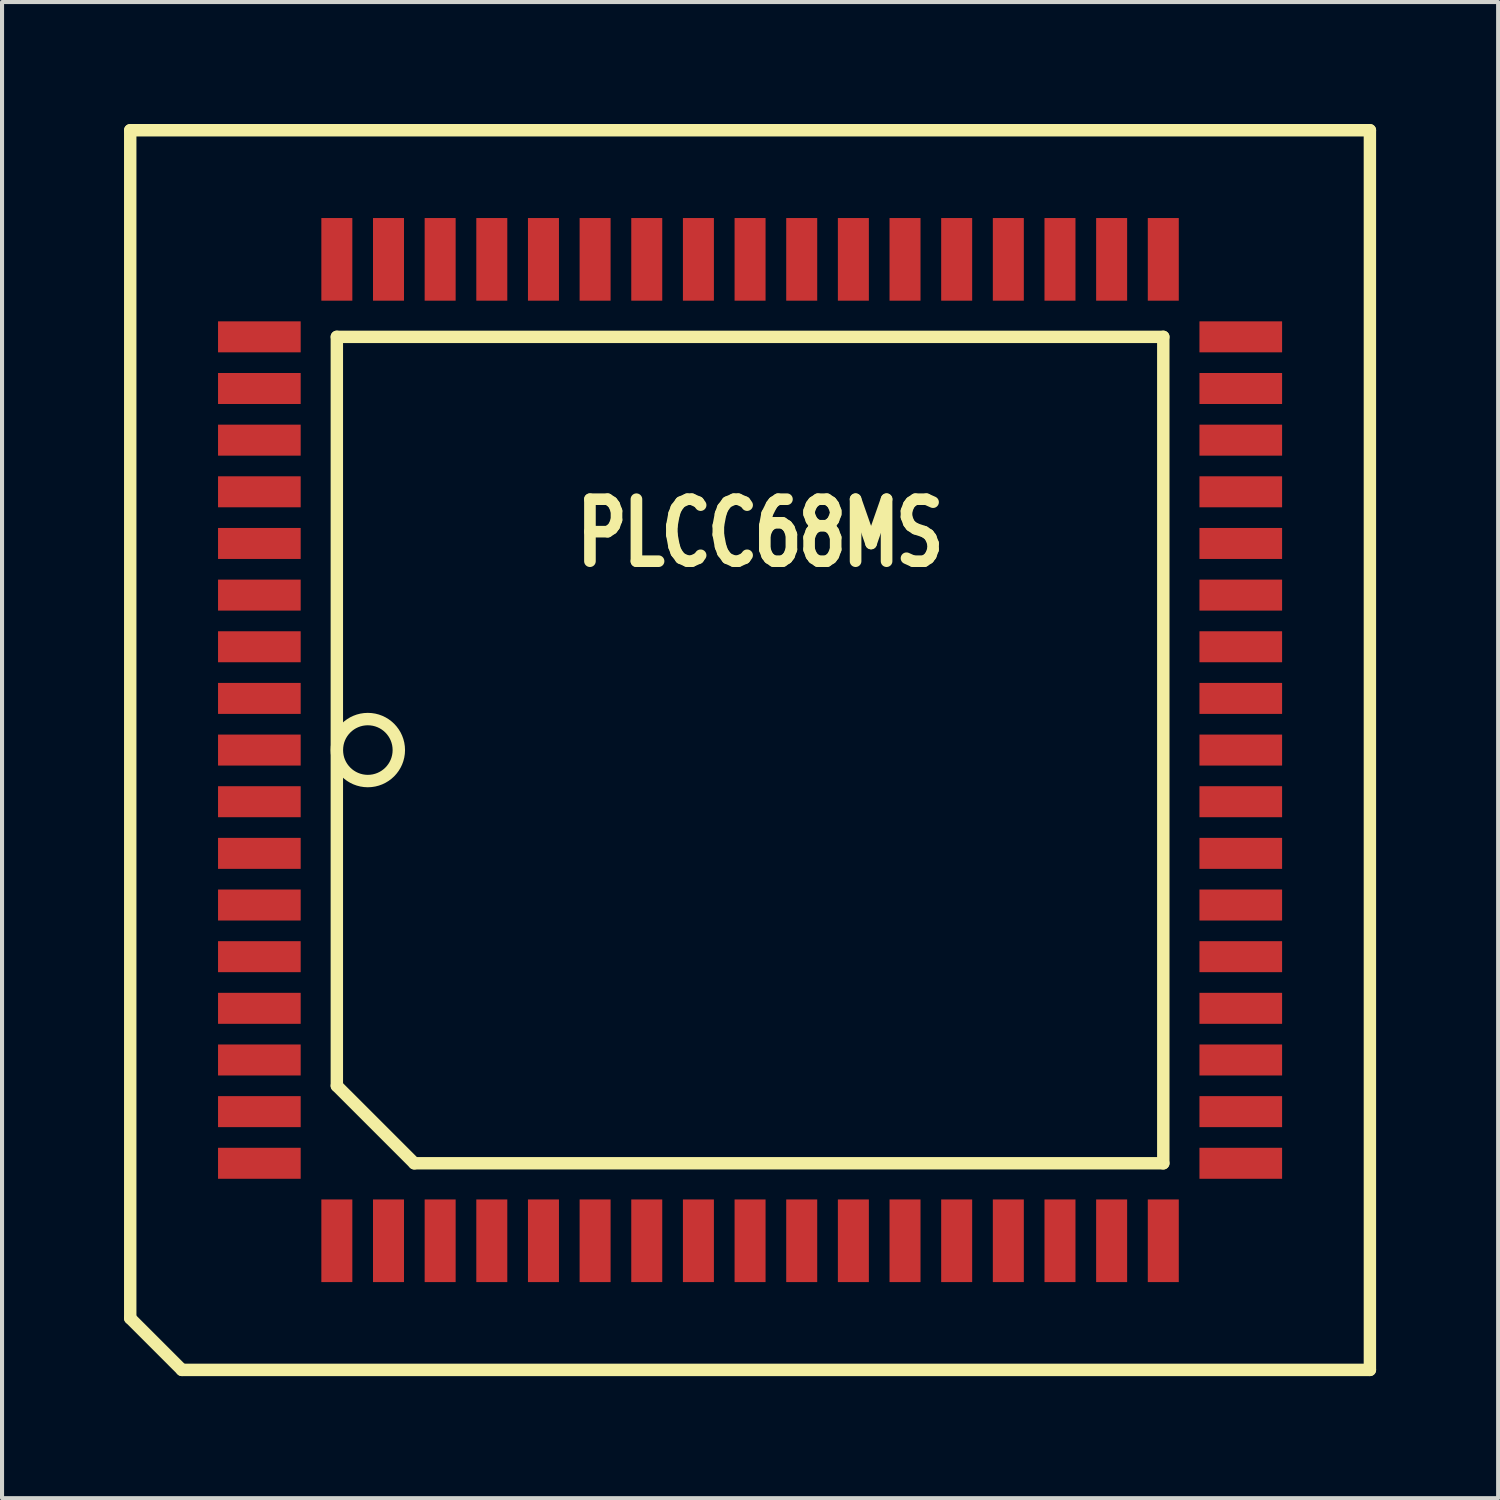
<source format=kicad_pcb>
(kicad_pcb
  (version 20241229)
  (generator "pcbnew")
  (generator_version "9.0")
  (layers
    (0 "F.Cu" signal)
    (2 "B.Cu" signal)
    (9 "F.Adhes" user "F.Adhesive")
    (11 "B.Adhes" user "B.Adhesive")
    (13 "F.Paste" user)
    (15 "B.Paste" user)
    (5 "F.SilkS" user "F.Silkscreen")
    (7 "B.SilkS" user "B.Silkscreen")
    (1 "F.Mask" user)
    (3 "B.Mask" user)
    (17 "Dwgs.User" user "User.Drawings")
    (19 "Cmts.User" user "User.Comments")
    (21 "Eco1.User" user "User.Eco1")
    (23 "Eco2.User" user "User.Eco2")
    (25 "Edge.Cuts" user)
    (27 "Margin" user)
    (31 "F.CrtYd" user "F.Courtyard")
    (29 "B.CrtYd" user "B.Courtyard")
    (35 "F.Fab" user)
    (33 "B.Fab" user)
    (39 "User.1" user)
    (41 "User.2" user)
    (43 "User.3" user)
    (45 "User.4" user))
  (footprint "PLCC68MS"
    (layer "F.Cu")
    (at 15.392 15.392)
    (property "Reference" "PLCC68MS" (at 0.254 -5.334 0) (layer "F.SilkS") (effects (font (size 1.524 1.143) (thickness 0.305))))
    (attr smd)
    (fp_line (start -15.24 -15.24) (end -15.24 13.97) (stroke (width 0.305) (type solid)) (layer "F.SilkS"))
    (fp_line (start -15.24 13.97) (end -13.97 15.24) (stroke (width 0.305) (type solid)) (layer "F.SilkS"))
    (fp_line (start -13.97 15.24) (end 15.24 15.24) (stroke (width 0.305) (type solid)) (layer "F.SilkS"))
    (fp_line (start -10.16 -10.16) (end 10.16 -10.16) (stroke (width 0.305) (type solid)) (layer "F.SilkS"))
    (fp_line (start -10.16 8.255) (end -10.16 -10.16) (stroke (width 0.305) (type solid)) (layer "F.SilkS"))
    (fp_line (start -8.255 10.16) (end -10.16 8.255) (stroke (width 0.305) (type solid)) (layer "F.SilkS"))
    (fp_line (start 10.16 -10.16) (end 10.16 10.16) (stroke (width 0.305) (type solid)) (layer "F.SilkS"))
    (fp_line (start 10.16 10.16) (end -8.255 10.16) (stroke (width 0.305) (type solid)) (layer "F.SilkS"))
    (fp_line (start 15.24 -15.24) (end -15.24 -15.24) (stroke (width 0.305) (type solid)) (layer "F.SilkS"))
    (fp_line (start 15.24 15.24) (end 15.24 -15.24) (stroke (width 0.305) (type solid)) (layer "F.SilkS"))
    (fp_circle (center -9.398 0) (end -10.16 0) (stroke (width 0.305) (type solid)) (fill no) (layer "F.SilkS"))
    (pad "1" smd rect (at -12.065 0) (size 2.032 0.762) (layers "F.Cu" "F.Mask" "F.Paste"))
    (pad "2" smd rect (at -12.065 1.27) (size 2.032 0.762) (layers "F.Cu" "F.Mask" "F.Paste"))
    (pad "3" smd rect (at -12.065 2.54) (size 2.032 0.762) (layers "F.Cu" "F.Mask" "F.Paste"))
    (pad "4" smd rect (at -12.065 3.81) (size 2.032 0.762) (layers "F.Cu" "F.Mask" "F.Paste"))
    (pad "5" smd rect (at -12.065 5.08) (size 2.032 0.762) (layers "F.Cu" "F.Mask" "F.Paste"))
    (pad "6" smd rect (at -12.065 6.35) (size 2.032 0.762) (layers "F.Cu" "F.Mask" "F.Paste"))
    (pad "7" smd rect (at -12.065 7.62) (size 2.032 0.762) (layers "F.Cu" "F.Mask" "F.Paste"))
    (pad "8" smd rect (at -12.065 8.89) (size 2.032 0.762) (layers "F.Cu" "F.Mask" "F.Paste"))
    (pad "9" smd rect (at -12.065 10.16) (size 2.032 0.762) (layers "F.Cu" "F.Mask" "F.Paste"))
    (pad "10" smd rect (at -10.16 12.065) (size 0.762 2.032) (layers "F.Cu" "F.Mask" "F.Paste"))
    (pad "11" smd rect (at -8.89 12.065) (size 0.762 2.032) (layers "F.Cu" "F.Mask" "F.Paste"))
    (pad "12" smd rect (at -7.62 12.065) (size 0.762 2.032) (layers "F.Cu" "F.Mask" "F.Paste"))
    (pad "13" smd rect (at -6.35 12.065) (size 0.762 2.032) (layers "F.Cu" "F.Mask" "F.Paste"))
    (pad "14" smd rect (at -5.08 12.065) (size 0.762 2.032) (layers "F.Cu" "F.Mask" "F.Paste"))
    (pad "15" smd rect (at -3.81 12.065) (size 0.762 2.032) (layers "F.Cu" "F.Mask" "F.Paste"))
    (pad "16" smd rect (at -2.54 12.065) (size 0.762 2.032) (layers "F.Cu" "F.Mask" "F.Paste"))
    (pad "17" smd rect (at -1.27 12.065) (size 0.762 2.032) (layers "F.Cu" "F.Mask" "F.Paste"))
    (pad "18" smd rect (at 0 12.065) (size 0.762 2.032) (layers "F.Cu" "F.Mask" "F.Paste"))
    (pad "19" smd rect (at 1.27 12.065) (size 0.762 2.032) (layers "F.Cu" "F.Mask" "F.Paste"))
    (pad "20" smd rect (at 2.54 12.065) (size 0.762 2.032) (layers "F.Cu" "F.Mask" "F.Paste"))
    (pad "21" smd rect (at 3.81 12.065) (size 0.762 2.032) (layers "F.Cu" "F.Mask" "F.Paste"))
    (pad "22" smd rect (at 5.08 12.065) (size 0.762 2.032) (layers "F.Cu" "F.Mask" "F.Paste"))
    (pad "23" smd rect (at 6.35 12.065) (size 0.762 2.032) (layers "F.Cu" "F.Mask" "F.Paste"))
    (pad "24" smd rect (at 7.62 12.065) (size 0.762 2.032) (layers "F.Cu" "F.Mask" "F.Paste"))
    (pad "25" smd rect (at 8.89 12.065) (size 0.762 2.032) (layers "F.Cu" "F.Mask" "F.Paste"))
    (pad "26" smd rect (at 10.16 12.065) (size 0.762 2.032) (layers "F.Cu" "F.Mask" "F.Paste"))
    (pad "27" smd rect (at 12.065 10.16) (size 2.032 0.762) (layers "F.Cu" "F.Mask" "F.Paste"))
    (pad "28" smd rect (at 12.065 8.89) (size 2.032 0.762) (layers "F.Cu" "F.Mask" "F.Paste"))
    (pad "29" smd rect (at 12.065 7.62) (size 2.032 0.762) (layers "F.Cu" "F.Mask" "F.Paste"))
    (pad "30" smd rect (at 12.065 6.35) (size 2.032 0.762) (layers "F.Cu" "F.Mask" "F.Paste"))
    (pad "31" smd rect (at 12.065 5.08) (size 2.032 0.762) (layers "F.Cu" "F.Mask" "F.Paste"))
    (pad "32" smd rect (at 12.065 3.81) (size 2.032 0.762) (layers "F.Cu" "F.Mask" "F.Paste"))
    (pad "33" smd rect (at 12.065 2.54) (size 2.032 0.762) (layers "F.Cu" "F.Mask" "F.Paste"))
    (pad "34" smd rect (at 12.065 1.27) (size 2.032 0.762) (layers "F.Cu" "F.Mask" "F.Paste"))
    (pad "35" smd rect (at 12.065 0) (size 2.032 0.762) (layers "F.Cu" "F.Mask" "F.Paste"))
    (pad "36" smd rect (at 12.065 -1.27) (size 2.032 0.762) (layers "F.Cu" "F.Mask" "F.Paste"))
    (pad "37" smd rect (at 12.065 -2.54) (size 2.032 0.762) (layers "F.Cu" "F.Mask" "F.Paste"))
    (pad "38" smd rect (at 12.065 -3.81) (size 2.032 0.762) (layers "F.Cu" "F.Mask" "F.Paste"))
    (pad "39" smd rect (at 12.065 -5.08) (size 2.032 0.762) (layers "F.Cu" "F.Mask" "F.Paste"))
    (pad "40" smd rect (at 12.065 -6.35) (size 2.032 0.762) (layers "F.Cu" "F.Mask" "F.Paste"))
    (pad "41" smd rect (at 12.065 -7.62) (size 2.032 0.762) (layers "F.Cu" "F.Mask" "F.Paste"))
    (pad "42" smd rect (at 12.065 -8.89) (size 2.032 0.762) (layers "F.Cu" "F.Mask" "F.Paste"))
    (pad "43" smd rect (at 12.065 -10.16) (size 2.032 0.762) (layers "F.Cu" "F.Mask" "F.Paste"))
    (pad "44" smd rect (at 10.16 -12.065) (size 0.762 2.032) (layers "F.Cu" "F.Mask" "F.Paste"))
    (pad "45" smd rect (at 8.89 -12.065) (size 0.762 2.032) (layers "F.Cu" "F.Mask" "F.Paste"))
    (pad "46" smd rect (at 7.62 -12.065) (size 0.762 2.032) (layers "F.Cu" "F.Mask" "F.Paste"))
    (pad "47" smd rect (at 6.35 -12.065) (size 0.762 2.032) (layers "F.Cu" "F.Mask" "F.Paste"))
    (pad "48" smd rect (at 5.08 -12.065) (size 0.762 2.032) (layers "F.Cu" "F.Mask" "F.Paste"))
    (pad "49" smd rect (at 3.81 -12.065) (size 0.762 2.032) (layers "F.Cu" "F.Mask" "F.Paste"))
    (pad "50" smd rect (at 2.54 -12.065) (size 0.762 2.032) (layers "F.Cu" "F.Mask" "F.Paste"))
    (pad "51" smd rect (at 1.27 -12.065) (size 0.762 2.032) (layers "F.Cu" "F.Mask" "F.Paste"))
    (pad "52" smd rect (at 0 -12.065) (size 0.762 2.032) (layers "F.Cu" "F.Mask" "F.Paste"))
    (pad "53" smd rect (at -1.27 -12.065) (size 0.762 2.032) (layers "F.Cu" "F.Mask" "F.Paste"))
    (pad "54" smd rect (at -2.54 -12.065) (size 0.762 2.032) (layers "F.Cu" "F.Mask" "F.Paste"))
    (pad "55" smd rect (at -3.81 -12.065) (size 0.762 2.032) (layers "F.Cu" "F.Mask" "F.Paste"))
    (pad "56" smd rect (at -5.08 -12.065) (size 0.762 2.032) (layers "F.Cu" "F.Mask" "F.Paste"))
    (pad "57" smd rect (at -6.35 -12.065) (size 0.762 2.032) (layers "F.Cu" "F.Mask" "F.Paste"))
    (pad "58" smd rect (at -7.62 -12.065) (size 0.762 2.032) (layers "F.Cu" "F.Mask" "F.Paste"))
    (pad "59" smd rect (at -8.89 -12.065) (size 0.762 2.032) (layers "F.Cu" "F.Mask" "F.Paste"))
    (pad "60" smd rect (at -10.16 -12.065) (size 0.762 2.032) (layers "F.Cu" "F.Mask" "F.Paste"))
    (pad "61" smd rect (at -12.065 -10.16) (size 2.032 0.762) (layers "F.Cu" "F.Mask" "F.Paste"))
    (pad "62" smd rect (at -12.065 -8.89) (size 2.032 0.762) (layers "F.Cu" "F.Mask" "F.Paste"))
    (pad "63" smd rect (at -12.065 -7.62) (size 2.032 0.762) (layers "F.Cu" "F.Mask" "F.Paste"))
    (pad "64" smd rect (at -12.065 -6.35) (size 2.032 0.762) (layers "F.Cu" "F.Mask" "F.Paste"))
    (pad "65" smd rect (at -12.065 -5.08) (size 2.032 0.762) (layers "F.Cu" "F.Mask" "F.Paste"))
    (pad "66" smd rect (at -12.065 -3.81) (size 2.032 0.762) (layers "F.Cu" "F.Mask" "F.Paste"))
    (pad "67" smd rect (at -12.065 -2.54) (size 2.032 0.762) (layers "F.Cu" "F.Mask" "F.Paste"))
    (pad "68" smd rect (at -12.065 -1.27) (size 2.032 0.762) (layers "F.Cu" "F.Mask" "F.Paste")))
  (gr_rect
    (start -3 -3)
    (end 33.785 33.785)
    (stroke (width 0.1) (type default))
    (fill no)
    (layer "Edge.Cuts")))
</source>
